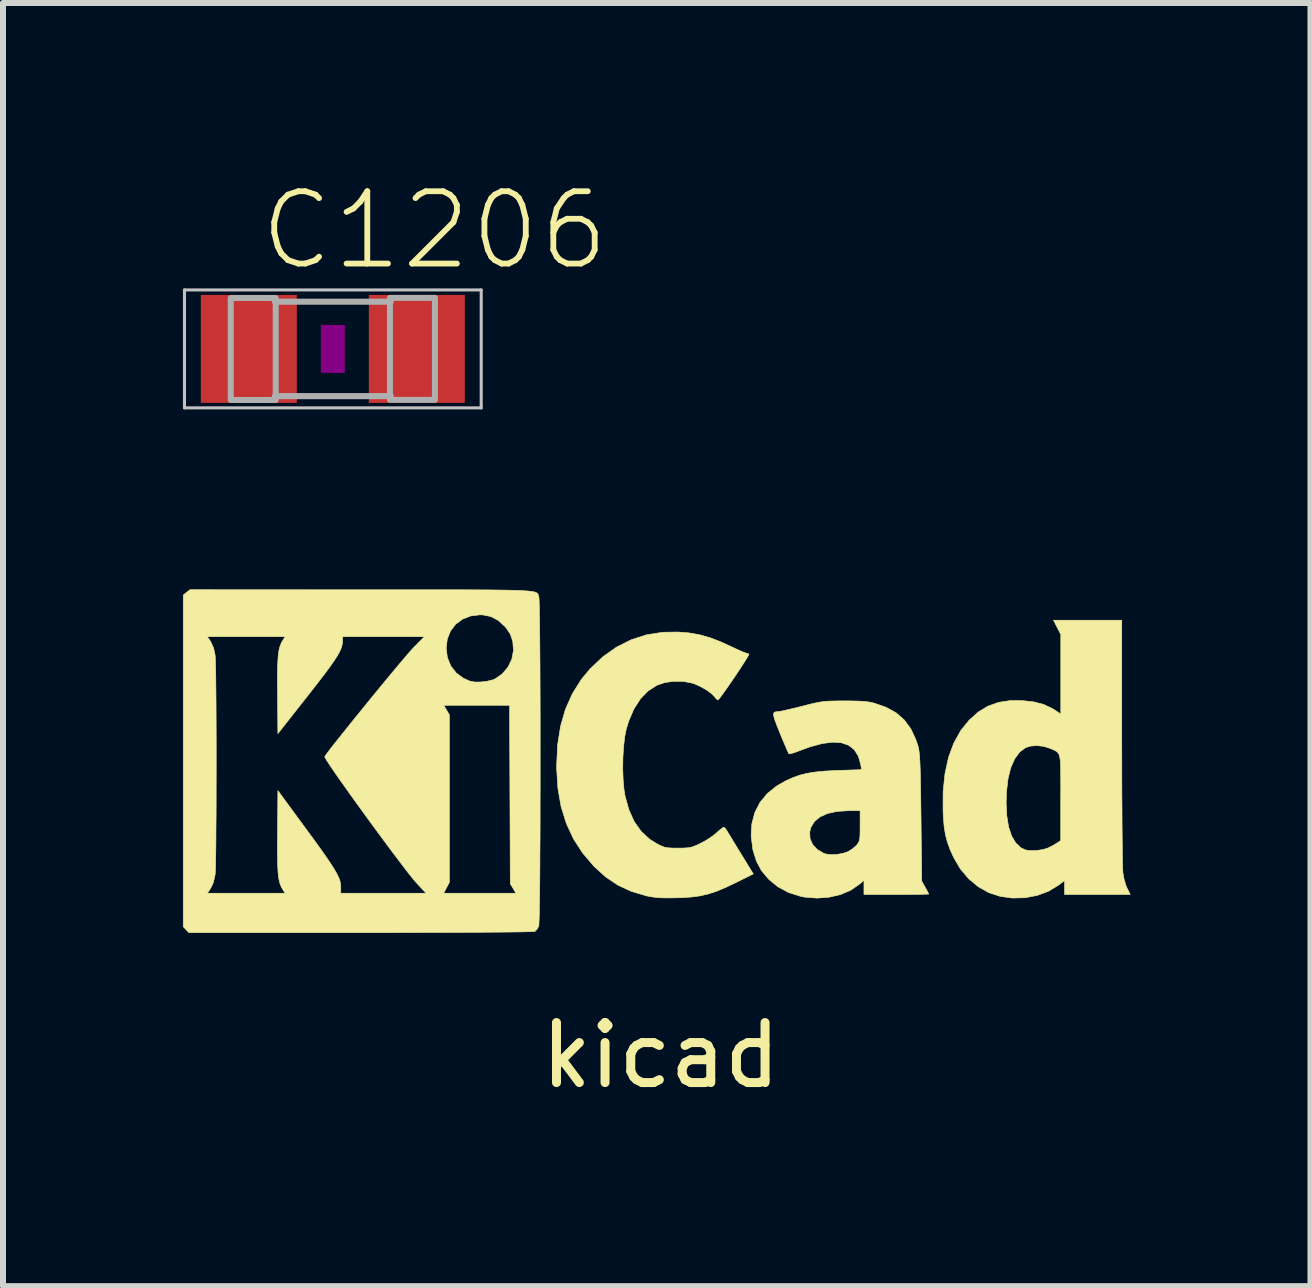
<source format=kicad_pcb>
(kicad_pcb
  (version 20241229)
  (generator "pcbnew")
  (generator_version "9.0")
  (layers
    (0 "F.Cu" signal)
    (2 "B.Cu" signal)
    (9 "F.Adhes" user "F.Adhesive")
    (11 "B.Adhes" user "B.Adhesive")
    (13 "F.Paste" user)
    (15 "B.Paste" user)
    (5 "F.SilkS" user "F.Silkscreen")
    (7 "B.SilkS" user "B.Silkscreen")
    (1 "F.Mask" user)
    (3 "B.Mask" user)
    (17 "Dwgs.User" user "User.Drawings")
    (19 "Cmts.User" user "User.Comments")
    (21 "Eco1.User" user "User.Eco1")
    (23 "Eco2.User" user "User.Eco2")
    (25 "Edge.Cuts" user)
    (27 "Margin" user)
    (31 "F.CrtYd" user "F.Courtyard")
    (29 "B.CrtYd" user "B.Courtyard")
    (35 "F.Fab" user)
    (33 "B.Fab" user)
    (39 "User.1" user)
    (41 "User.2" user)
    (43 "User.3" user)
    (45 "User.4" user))
  (footprint "C1206"
    (layer "F.Cu")
    (at 2.498 2.766)
    (property "Reference" "C1206" (at -1.27 -1.27 180) (layer "F.SilkS") (effects (font (size 1.206 1.206) (thickness 0.097)) (justify left bottom)))
    (attr through_hole)
    (fp_poly (pts (xy -0.2 0.4) (xy 0.2 0.4) (xy 0.2 -0.4) (xy -0.2 -0.4)) (stroke (width 0) (type solid)) (fill yes) (layer "F.Adhes"))
    (fp_line (start -2.473 -0.983) (end 2.473 -0.983) (stroke (width 0.051) (type solid)) (layer "Dwgs.User"))
    (fp_line (start -2.473 0.983) (end -2.473 -0.983) (stroke (width 0.051) (type solid)) (layer "Dwgs.User"))
    (fp_line (start 2.473 -0.983) (end 2.473 0.983) (stroke (width 0.051) (type solid)) (layer "Dwgs.User"))
    (fp_line (start 2.473 0.983) (end -2.473 0.983) (stroke (width 0.051) (type solid)) (layer "Dwgs.User"))
    (fp_line (start -0.965 -0.787) (end 0.965 -0.787) (stroke (width 0.102) (type solid)) (layer "F.Fab"))
    (fp_line (start -0.965 0.787) (end 0.965 0.787) (stroke (width 0.102) (type solid)) (layer "F.Fab"))
    (fp_poly (pts (xy -1.702 0.851) (xy -0.952 0.851) (xy -0.952 -0.849) (xy -1.702 -0.849)) (stroke (width 0.1) (type solid)) (fill no) (layer "F.Fab"))
    (fp_poly (pts (xy 0.952 0.849) (xy 1.702 0.849) (xy 1.702 -0.851) (xy 0.952 -0.851)) (stroke (width 0.1) (type solid)) (fill no) (layer "F.Fab"))
    (pad "1" smd rect (at -1.4 0) (size 1.6 1.8) (layers "F.Cu" "F.Mask" "F.Paste"))
    (pad "2" smd rect (at 1.4 0) (size 1.6 1.8) (layers "F.Cu" "F.Mask" "F.Paste")))
  (footprint "kicad"
    (layer "F.Cu")
    (at 7.964 14.04)
    (property "Reference" "kicad" (at 0 0.5 0) (layer "F.SilkS") (effects (font (size 1 1) (thickness 0.15))))
    (attr through_hole)
    (fp_poly (pts (xy 7.684 -4.725) (xy 7.685 -4.432) (xy 7.685 -4.149) (xy 7.686 -3.878) (xy 7.688 -3.623) (xy 7.689 -3.388) (xy 7.691 -3.174) (xy 7.693 -2.986) (xy 7.695 -2.827) (xy 7.697 -2.699) (xy 7.7 -2.607) (xy 7.703 -2.552) (xy 7.703 -2.545) (xy 7.722 -2.438) (xy 7.752 -2.337) (xy 7.773 -2.285) (xy 7.825 -2.18) (xy 6.731 -2.18) (xy 6.731 -2.413) (xy 6.63 -2.336) (xy 6.465 -2.235) (xy 6.276 -2.165) (xy 6.072 -2.126) (xy 5.859 -2.121) (xy 5.657 -2.149) (xy 5.467 -2.211) (xy 5.289 -2.312) (xy 5.129 -2.446) (xy 4.992 -2.61) (xy 4.882 -2.798) (xy 4.821 -2.934) (xy 4.776 -3.059) (xy 4.744 -3.183) (xy 4.723 -3.32) (xy 4.71 -3.481) (xy 4.706 -3.577) (xy 4.706 -3.708) (xy 5.757 -3.708) (xy 5.768 -3.491) (xy 5.798 -3.306) (xy 5.849 -3.154) (xy 5.918 -3.038) (xy 6.005 -2.957) (xy 6.082 -2.922) (xy 6.163 -2.91) (xy 6.266 -2.913) (xy 6.371 -2.929) (xy 6.452 -2.954) (xy 6.525 -2.99) (xy 6.595 -3.031) (xy 6.599 -3.033) (xy 6.667 -3.08) (xy 6.667 -3.791) (xy 6.668 -3.988) (xy 6.667 -4.147) (xy 6.666 -4.273) (xy 6.663 -4.37) (xy 6.656 -4.442) (xy 6.645 -4.495) (xy 6.629 -4.532) (xy 6.606 -4.557) (xy 6.577 -4.577) (xy 6.54 -4.594) (xy 6.494 -4.614) (xy 6.489 -4.616) (xy 6.384 -4.649) (xy 6.27 -4.662) (xy 6.163 -4.654) (xy 6.083 -4.629) (xy 5.981 -4.553) (xy 5.898 -4.439) (xy 5.833 -4.29) (xy 5.788 -4.107) (xy 5.763 -3.89) (xy 5.757 -3.708) (xy 4.706 -3.708) (xy 4.707 -3.9) (xy 4.738 -4.195) (xy 4.796 -4.463) (xy 4.884 -4.702) (xy 4.999 -4.91) (xy 5.14 -5.085) (xy 5.292 -5.221) (xy 5.453 -5.319) (xy 5.629 -5.382) (xy 5.825 -5.412) (xy 6.022 -5.412) (xy 6.217 -5.391) (xy 6.384 -5.347) (xy 6.528 -5.279) (xy 6.573 -5.251) (xy 6.668 -5.187) (xy 6.668 -6.513) (xy 6.607 -6.633) (xy 6.547 -6.752) (xy 7.684 -6.752) (xy 7.684 -4.725)) (stroke (width 0.01) (type solid)) (fill yes) (layer "F.SilkS"))
    (fp_poly (pts (xy 0.474 -6.54) (xy 0.649 -6.509) (xy 0.824 -6.459) (xy 1.01 -6.387) (xy 1.161 -6.318) (xy 1.254 -6.274) (xy 1.336 -6.237) (xy 1.396 -6.212) (xy 1.428 -6.202) (xy 1.429 -6.202) (xy 1.463 -6.191) (xy 1.469 -6.185) (xy 1.46 -6.163) (xy 1.431 -6.114) (xy 1.387 -6.043) (xy 1.33 -5.955) (xy 1.266 -5.858) (xy 1.198 -5.758) (xy 1.131 -5.661) (xy 1.069 -5.572) (xy 1.017 -5.499) (xy 0.977 -5.448) (xy 0.956 -5.424) (xy 0.955 -5.423) (xy 0.932 -5.434) (xy 0.904 -5.468) (xy 0.853 -5.522) (xy 0.774 -5.582) (xy 0.678 -5.638) (xy 0.578 -5.685) (xy 0.52 -5.705) (xy 0.374 -5.732) (xy 0.218 -5.734) (xy 0.066 -5.712) (xy -0.064 -5.668) (xy -0.068 -5.666) (xy -0.214 -5.571) (xy -0.34 -5.44) (xy -0.448 -5.272) (xy -0.534 -5.071) (xy -0.574 -4.942) (xy -0.601 -4.808) (xy -0.62 -4.644) (xy -0.631 -4.462) (xy -0.634 -4.274) (xy -0.627 -4.091) (xy -0.612 -3.925) (xy -0.595 -3.821) (xy -0.531 -3.591) (xy -0.442 -3.394) (xy -0.326 -3.231) (xy -0.184 -3.1) (xy -0.061 -3.024) (xy 0.004 -2.991) (xy 0.058 -2.97) (xy 0.114 -2.959) (xy 0.184 -2.954) (xy 0.283 -2.953) (xy 0.286 -2.953) (xy 0.386 -2.954) (xy 0.458 -2.959) (xy 0.518 -2.971) (xy 0.579 -2.993) (xy 0.656 -3.028) (xy 0.661 -3.031) (xy 0.754 -3.081) (xy 0.847 -3.142) (xy 0.922 -3.2) (xy 0.928 -3.206) (xy 0.983 -3.255) (xy 1.027 -3.289) (xy 1.05 -3.302) (xy 1.073 -3.285) (xy 1.101 -3.245) (xy 1.102 -3.244) (xy 1.124 -3.207) (xy 1.164 -3.142) (xy 1.217 -3.054) (xy 1.279 -2.952) (xy 1.339 -2.855) (xy 1.542 -2.523) (xy 1.263 -2.384) (xy 1.085 -2.299) (xy 0.931 -2.234) (xy 0.789 -2.188) (xy 0.65 -2.156) (xy 0.501 -2.137) (xy 0.331 -2.127) (xy 0.275 -2.125) (xy 0.131 -2.123) (xy 0.018 -2.124) (xy -0.076 -2.131) (xy -0.16 -2.142) (xy -0.233 -2.156) (xy -0.485 -2.23) (xy -0.712 -2.334) (xy -0.919 -2.473) (xy -1.113 -2.649) (xy -1.302 -2.871) (xy -1.456 -3.11) (xy -1.575 -3.367) (xy -1.661 -3.645) (xy -1.714 -3.946) (xy -1.735 -4.274) (xy -1.735 -4.339) (xy -1.719 -4.675) (xy -1.67 -4.985) (xy -1.588 -5.269) (xy -1.472 -5.529) (xy -1.322 -5.767) (xy -1.179 -5.939) (xy -0.966 -6.141) (xy -0.738 -6.303) (xy -0.495 -6.425) (xy -0.238 -6.508) (xy 0.033 -6.551) (xy 0.286 -6.555) (xy 0.474 -6.54)) (stroke (width 0.01) (type solid)) (fill yes) (layer "F.SilkS"))
    (fp_poly (pts (xy 3.211 -5.406) (xy 3.329 -5.402) (xy 3.421 -5.395) (xy 3.497 -5.384) (xy 3.556 -5.37) (xy 3.757 -5.3) (xy 3.925 -5.207) (xy 4.061 -5.087) (xy 4.17 -4.938) (xy 4.254 -4.757) (xy 4.29 -4.646) (xy 4.298 -4.612) (xy 4.305 -4.57) (xy 4.311 -4.518) (xy 4.316 -4.45) (xy 4.321 -4.364) (xy 4.325 -4.255) (xy 4.328 -4.121) (xy 4.331 -3.956) (xy 4.334 -3.757) (xy 4.337 -3.521) (xy 4.338 -3.461) (xy 4.35 -2.402) (xy 4.408 -2.299) (xy 4.44 -2.241) (xy 4.461 -2.201) (xy 4.466 -2.188) (xy 4.446 -2.186) (xy 4.389 -2.184) (xy 4.301 -2.182) (xy 4.187 -2.181) (xy 4.054 -2.18) (xy 3.926 -2.18) (xy 3.387 -2.18) (xy 3.387 -2.417) (xy 3.312 -2.352) (xy 3.168 -2.252) (xy 2.997 -2.179) (xy 2.808 -2.135) (xy 2.606 -2.12) (xy 2.4 -2.136) (xy 2.328 -2.15) (xy 2.13 -2.213) (xy 1.949 -2.311) (xy 1.8 -2.434) (xy 1.681 -2.575) (xy 1.596 -2.732) (xy 1.539 -2.914) (xy 1.535 -2.932) (xy 1.507 -3.152) (xy 1.51 -3.222) (xy 2.483 -3.222) (xy 2.488 -3.113) (xy 2.531 -3.013) (xy 2.608 -2.93) (xy 2.714 -2.868) (xy 2.748 -2.856) (xy 2.829 -2.843) (xy 2.929 -2.847) (xy 3.032 -2.864) (xy 3.119 -2.893) (xy 3.126 -2.897) (xy 3.195 -2.94) (xy 3.257 -2.994) (xy 3.268 -3.006) (xy 3.291 -3.037) (xy 3.307 -3.067) (xy 3.316 -3.106) (xy 3.321 -3.163) (xy 3.323 -3.247) (xy 3.323 -3.325) (xy 3.323 -3.577) (xy 3.126 -3.577) (xy 2.938 -3.565) (xy 2.78 -3.53) (xy 2.653 -3.473) (xy 2.56 -3.395) (xy 2.501 -3.296) (xy 2.483 -3.222) (xy 1.51 -3.222) (xy 1.518 -3.356) (xy 1.567 -3.544) (xy 1.654 -3.714) (xy 1.778 -3.864) (xy 1.938 -3.992) (xy 2.084 -4.075) (xy 2.2 -4.127) (xy 2.313 -4.168) (xy 2.432 -4.198) (xy 2.565 -4.22) (xy 2.721 -4.236) (xy 2.909 -4.246) (xy 2.97 -4.248) (xy 3.347 -4.261) (xy 3.333 -4.348) (xy 3.294 -4.486) (xy 3.227 -4.592) (xy 3.133 -4.667) (xy 3.012 -4.709) (xy 2.864 -4.719) (xy 2.689 -4.696) (xy 2.488 -4.641) (xy 2.333 -4.585) (xy 2.252 -4.554) (xy 2.186 -4.533) (xy 2.145 -4.524) (xy 2.136 -4.525) (xy 2.124 -4.549) (xy 2.099 -4.605) (xy 2.064 -4.687) (xy 2.021 -4.787) (xy 1.989 -4.865) (xy 1.938 -4.992) (xy 1.903 -5.085) (xy 1.884 -5.15) (xy 1.88 -5.192) (xy 1.891 -5.215) (xy 1.917 -5.225) (xy 1.958 -5.228) (xy 1.959 -5.228) (xy 1.994 -5.233) (xy 2.062 -5.247) (xy 2.155 -5.269) (xy 2.265 -5.295) (xy 2.351 -5.317) (xy 2.48 -5.35) (xy 2.581 -5.373) (xy 2.664 -5.389) (xy 2.743 -5.399) (xy 2.83 -5.404) (xy 2.935 -5.406) (xy 3.059 -5.407) (xy 3.211 -5.406)) (stroke (width 0.01) (type solid)) (fill yes) (layer "F.SilkS"))
    (fp_poly (pts (xy -4.987 -7.259) (xy -4.577 -7.259) (xy -4.208 -7.259) (xy -3.877 -7.259) (xy -3.581 -7.259) (xy -3.32 -7.259) (xy -3.09 -7.258) (xy -2.891 -7.257) (xy -2.718 -7.255) (xy -2.572 -7.253) (xy -2.448 -7.25) (xy -2.346 -7.246) (xy -2.264 -7.242) (xy -2.198 -7.237) (xy -2.147 -7.231) (xy -2.109 -7.224) (xy -2.082 -7.215) (xy -2.064 -7.206) (xy -2.052 -7.195) (xy -2.045 -7.183) (xy -2.04 -7.169) (xy -2.036 -7.154) (xy -2.033 -7.146) (xy -2.029 -7.116) (xy -2.026 -7.047) (xy -2.024 -6.942) (xy -2.021 -6.804) (xy -2.019 -6.635) (xy -2.017 -6.44) (xy -2.015 -6.222) (xy -2.013 -5.983) (xy -2.012 -5.726) (xy -2.011 -5.455) (xy -2.01 -5.172) (xy -2.01 -4.882) (xy -2.01 -4.586) (xy -2.01 -4.289) (xy -2.01 -3.993) (xy -2.011 -3.7) (xy -2.011 -3.416) (xy -2.012 -3.141) (xy -2.014 -2.881) (xy -2.015 -2.637) (xy -2.017 -2.413) (xy -2.019 -2.211) (xy -2.022 -2.036) (xy -2.024 -1.89) (xy -2.027 -1.776) (xy -2.03 -1.697) (xy -2.033 -1.657) (xy -2.034 -1.654) (xy -2.062 -1.601) (xy -2.096 -1.566) (xy -2.096 -1.566) (xy -2.124 -1.563) (xy -2.192 -1.56) (xy -2.301 -1.557) (xy -2.451 -1.555) (xy -2.639 -1.553) (xy -2.865 -1.551) (xy -3.128 -1.549) (xy -3.428 -1.548) (xy -3.763 -1.547) (xy -4.133 -1.546) (xy -4.537 -1.545) (xy -4.973 -1.545) (xy -5.001 -1.545) (xy -7.867 -1.545) (xy -7.913 -1.594) (xy -7.959 -1.643) (xy -7.959 -6.477) (xy -7.557 -6.477) (xy -7.502 -6.394) (xy -7.453 -6.287) (xy -7.428 -6.166) (xy -7.425 -6.119) (xy -7.422 -6.033) (xy -7.419 -5.913) (xy -7.417 -5.763) (xy -7.415 -5.586) (xy -7.413 -5.388) (xy -7.412 -5.172) (xy -7.411 -4.941) (xy -7.41 -4.701) (xy -7.41 -4.454) (xy -7.41 -4.206) (xy -7.411 -3.96) (xy -7.411 -3.72) (xy -7.412 -3.49) (xy -7.414 -3.275) (xy -7.415 -3.078) (xy -7.417 -2.904) (xy -7.42 -2.755) (xy -7.422 -2.638) (xy -7.425 -2.555) (xy -7.428 -2.512) (xy -7.459 -2.375) (xy -7.502 -2.285) (xy -7.557 -2.201) (xy -6.26 -2.201) (xy -6.293 -2.251) (xy -6.319 -2.295) (xy -6.34 -2.342) (xy -6.357 -2.397) (xy -6.37 -2.465) (xy -6.379 -2.549) (xy -6.385 -2.656) (xy -6.388 -2.79) (xy -6.389 -2.955) (xy -6.388 -3.157) (xy -6.387 -3.221) (xy -6.382 -3.911) (xy -5.927 -3.291) (xy -5.786 -3.099) (xy -5.669 -2.937) (xy -5.574 -2.801) (xy -5.498 -2.689) (xy -5.44 -2.597) (xy -5.397 -2.521) (xy -5.366 -2.458) (xy -5.347 -2.404) (xy -5.337 -2.356) (xy -5.334 -2.31) (xy -5.334 -2.305) (xy -5.334 -2.201) (xy -3.912 -2.201) (xy -3.619 -2.201) (xy -2.414 -2.201) (xy -2.508 -2.36) (xy -2.514 -3.847) (xy -2.52 -5.334) (xy -3.618 -5.334) (xy -3.524 -5.175) (xy -3.524 -2.381) (xy -3.572 -2.291) (xy -3.619 -2.201) (xy -3.912 -2.201) (xy -4.07 -2.372) (xy -4.115 -2.423) (xy -4.178 -2.501) (xy -4.257 -2.603) (xy -4.349 -2.724) (xy -4.453 -2.861) (xy -4.565 -3.011) (xy -4.682 -3.17) (xy -4.803 -3.334) (xy -4.924 -3.5) (xy -5.043 -3.664) (xy -5.157 -3.822) (xy -5.263 -3.972) (xy -5.36 -4.108) (xy -5.444 -4.229) (xy -5.513 -4.33) (xy -5.563 -4.407) (xy -5.594 -4.458) (xy -5.601 -4.477) (xy -5.584 -4.504) (xy -5.542 -4.561) (xy -5.48 -4.642) (xy -5.399 -4.744) (xy -5.303 -4.864) (xy -5.196 -4.998) (xy -5.08 -5.142) (xy -4.958 -5.292) (xy -4.834 -5.445) (xy -4.71 -5.596) (xy -4.589 -5.743) (xy -4.475 -5.881) (xy -4.37 -6.006) (xy -4.278 -6.115) (xy -4.202 -6.204) (xy -4.144 -6.269) (xy -4.127 -6.288) (xy -3.577 -6.288) (xy -3.557 -6.13) (xy -3.5 -5.99) (xy -3.41 -5.873) (xy -3.288 -5.783) (xy -3.175 -5.734) (xy -3.099 -5.721) (xy -3 -5.722) (xy -2.896 -5.734) (xy -2.804 -5.756) (xy -2.762 -5.773) (xy -2.641 -5.858) (xy -2.546 -5.97) (xy -2.483 -6.1) (xy -2.456 -6.242) (xy -2.456 -6.263) (xy -2.467 -6.401) (xy -2.507 -6.518) (xy -2.578 -6.625) (xy -2.597 -6.647) (xy -2.71 -6.749) (xy -2.83 -6.813) (xy -2.964 -6.84) (xy -3.014 -6.842) (xy -3.169 -6.823) (xy -3.305 -6.769) (xy -3.418 -6.685) (xy -3.504 -6.574) (xy -3.558 -6.44) (xy -3.577 -6.288) (xy -4.127 -6.288) (xy -4.113 -6.302) (xy -3.94 -6.477) (xy -5.303 -6.477) (xy -5.305 -6.393) (xy -5.31 -6.346) (xy -5.323 -6.296) (xy -5.348 -6.238) (xy -5.385 -6.169) (xy -5.438 -6.086) (xy -5.508 -5.985) (xy -5.598 -5.863) (xy -5.71 -5.717) (xy -5.846 -5.542) (xy -5.904 -5.469) (xy -6.382 -4.862) (xy -6.387 -5.504) (xy -6.389 -5.711) (xy -6.388 -5.881) (xy -6.385 -6.018) (xy -6.379 -6.127) (xy -6.37 -6.214) (xy -6.357 -6.283) (xy -6.339 -6.34) (xy -6.317 -6.388) (xy -6.293 -6.427) (xy -6.26 -6.477) (xy -7.557 -6.477) (xy -7.959 -6.477) (xy -7.959 -7.172) (xy -7.903 -7.216) (xy -7.847 -7.26) (xy -4.987 -7.259)) (stroke (width 0.01) (type solid)) (fill yes) (layer "F.SilkS")))
  (gr_rect
    (start -3 -3)
    (end 18.794 18.388)
    (stroke (width 0.1) (type default))
    (fill no)
    (layer "Edge.Cuts")))
</source>
